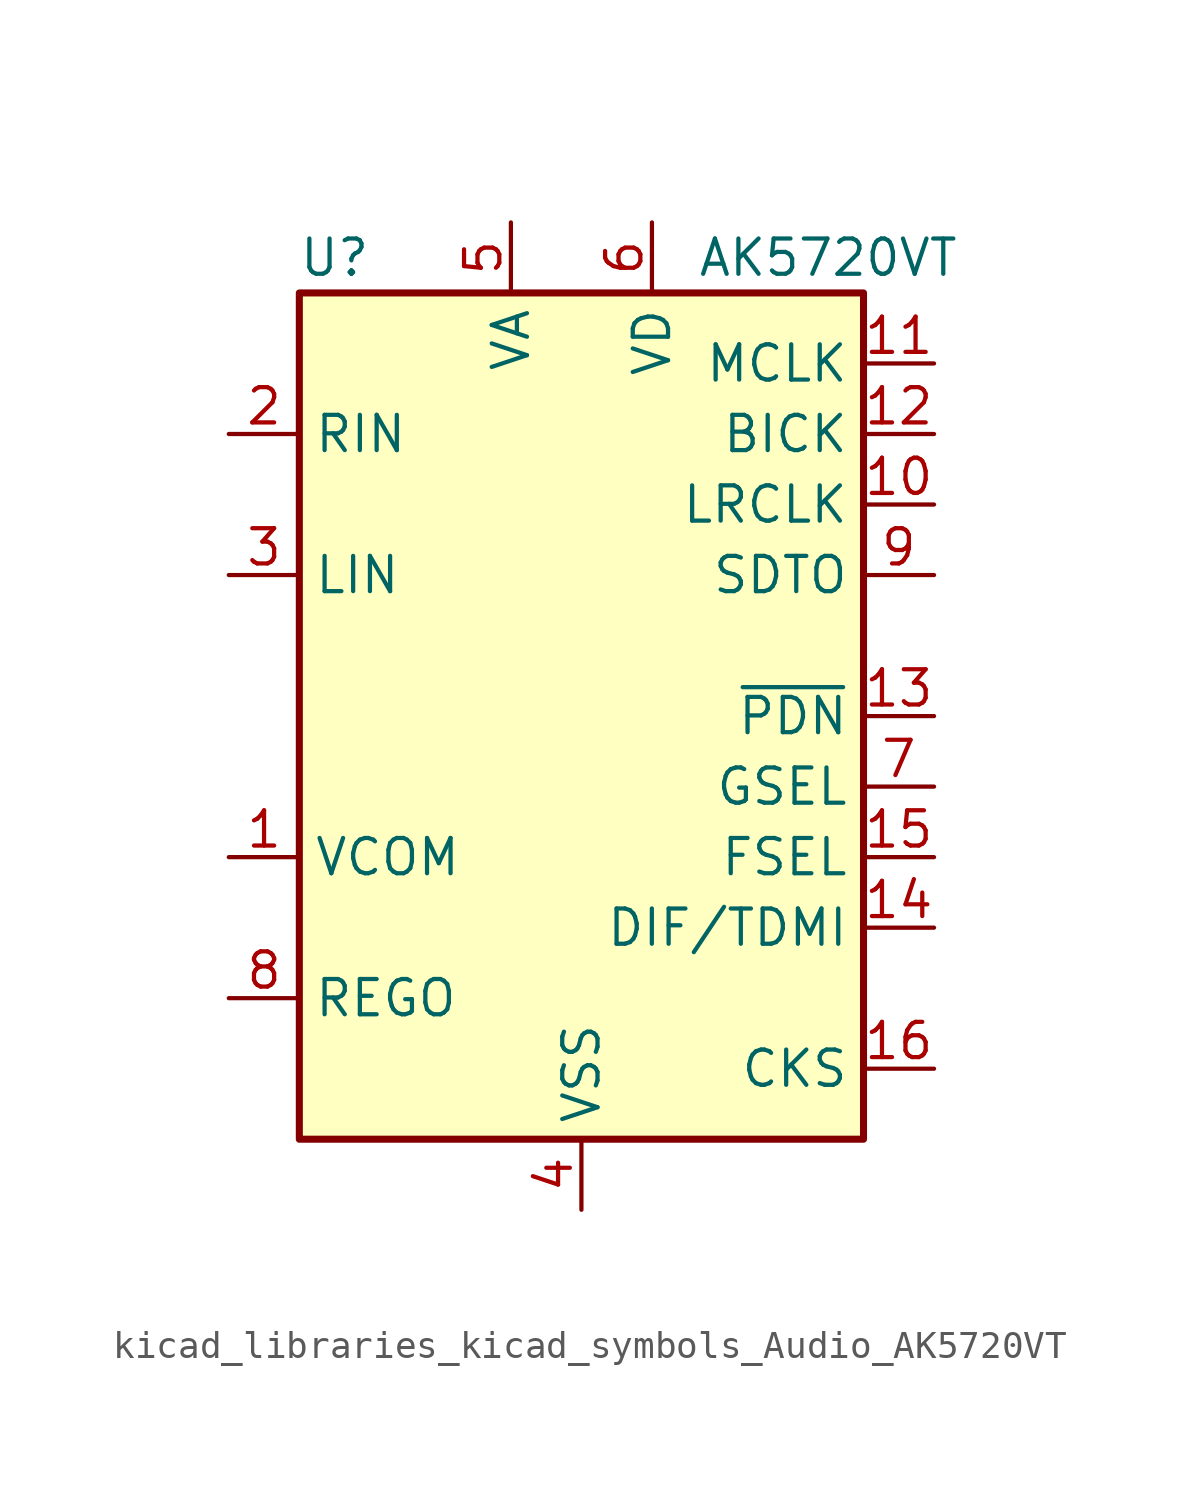
<source format=kicad_sym>
(kicad_symbol_lib
  (version 20220914)
  (generator kicad_symbol_editor)
  (symbol "kicad_libraries_kicad_symbols_Audio_AK5720VT"
    (property "Reference" "U"
      (at -8.89 16.51 0)
      (effects (font (size 1.27 1.27))))
    (property "Value" "AK5720VT"
      (at 8.89 16.51 0)
      (effects (font (size 1.27 1.27))))
    (symbol "kicad_libraries_kicad_symbols_Audio_AK5720VT_0_1"
      (rectangle (start -10.16 15.24) (end 10.16 -15.24) (stroke (width 0.254) (type default)) (fill (type background))))
    (symbol "kicad_libraries_kicad_symbols_Audio_AK5720VT_1_1"
      (pin passive line (at -12.7 -5.08 0) (length 2.54) (name "VCOM" (effects (font (size 1.27 1.27)))) (number "1" (effects (font (size 1.27 1.27)))))
      (pin bidirectional line (at 12.7 7.62 180) (length 2.54) (name "LRCLK" (effects (font (size 1.27 1.27)))) (number "10" (effects (font (size 1.27 1.27)))))
      (pin input line (at 12.7 12.7 180) (length 2.54) (name "MCLK" (effects (font (size 1.27 1.27)))) (number "11" (effects (font (size 1.27 1.27)))))
      (pin bidirectional line (at 12.7 10.16 180) (length 2.54) (name "BICK" (effects (font (size 1.27 1.27)))) (number "12" (effects (font (size 1.27 1.27)))))
      (pin input line (at 12.7 0 180) (length 2.54) (name "~{PDN}" (effects (font (size 1.27 1.27)))) (number "13" (effects (font (size 1.27 1.27)))))
      (pin input line (at 12.7 -7.62 180) (length 2.54) (name "DIF/TDMI" (effects (font (size 1.27 1.27)))) (number "14" (effects (font (size 1.27 1.27)))))
      (pin input line (at 12.7 -5.08 180) (length 2.54) (name "FSEL" (effects (font (size 1.27 1.27)))) (number "15" (effects (font (size 1.27 1.27)))))
      (pin input line (at 12.7 -12.7 180) (length 2.54) (name "CKS" (effects (font (size 1.27 1.27)))) (number "16" (effects (font (size 1.27 1.27)))))
      (pin input line (at -12.7 10.16 0) (length 2.54) (name "RIN" (effects (font (size 1.27 1.27)))) (number "2" (effects (font (size 1.27 1.27)))))
      (pin input line (at -12.7 5.08 0) (length 2.54) (name "LIN" (effects (font (size 1.27 1.27)))) (number "3" (effects (font (size 1.27 1.27)))))
      (pin power_in line (at 0 -17.78 90) (length 2.54) (name "VSS" (effects (font (size 1.27 1.27)))) (number "4" (effects (font (size 1.27 1.27)))))
      (pin power_in line (at -2.54 17.78 270) (length 2.54) (name "VA" (effects (font (size 1.27 1.27)))) (number "5" (effects (font (size 1.27 1.27)))))
      (pin power_in line (at 2.54 17.78 270) (length 2.54) (name "VD" (effects (font (size 1.27 1.27)))) (number "6" (effects (font (size 1.27 1.27)))))
      (pin input line (at 12.7 -2.54 180) (length 2.54) (name "GSEL" (effects (font (size 1.27 1.27)))) (number "7" (effects (font (size 1.27 1.27)))))
      (pin passive line (at -12.7 -10.16 0) (length 2.54) (name "REGO" (effects (font (size 1.27 1.27)))) (number "8" (effects (font (size 1.27 1.27)))))
      (pin output line (at 12.7 5.08 180) (length 2.54) (name "SDTO" (effects (font (size 1.27 1.27)))) (number "9" (effects (font (size 1.27 1.27))))))))
</source>
